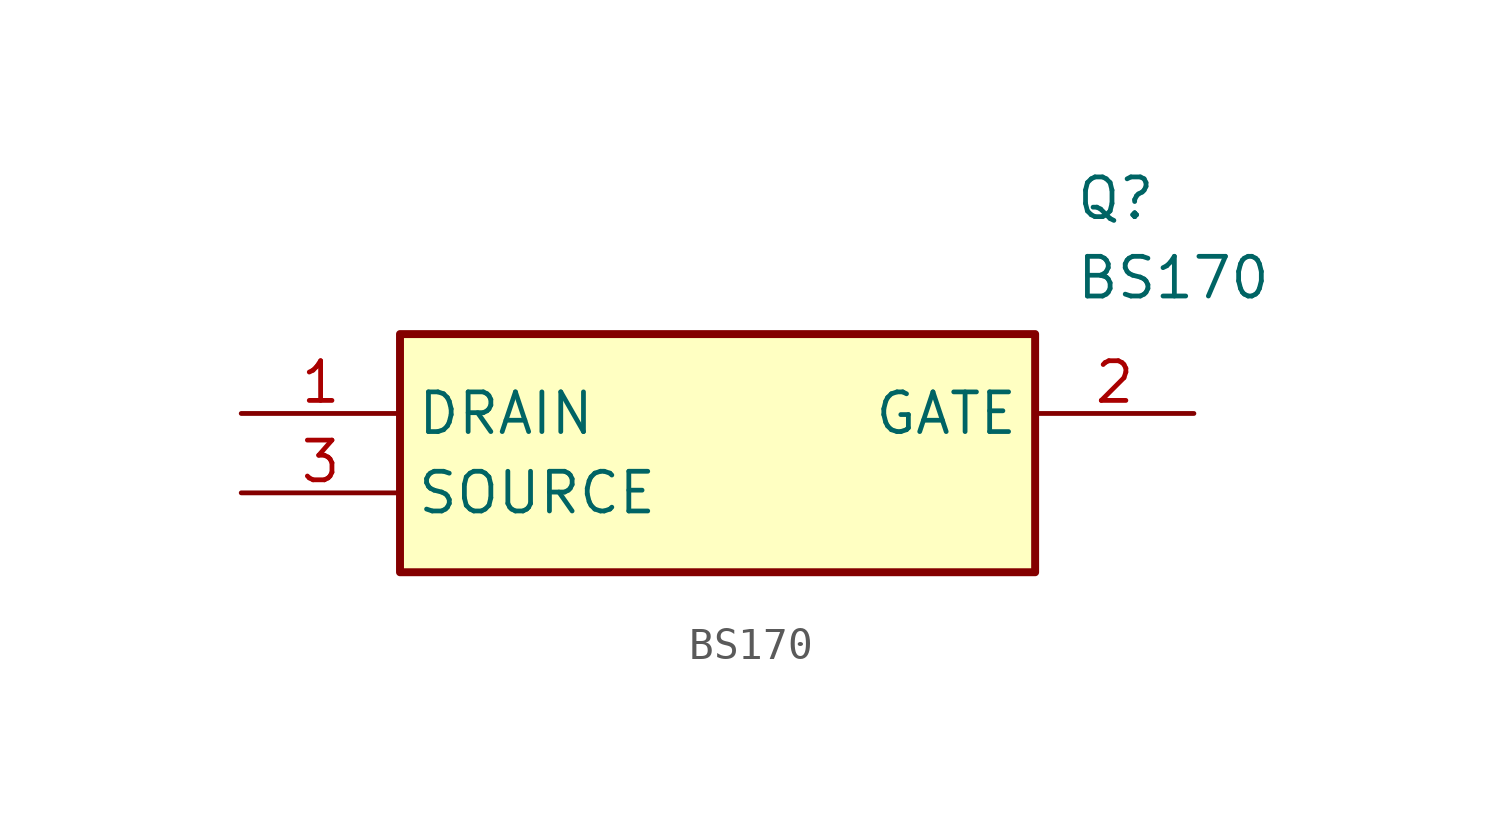
<source format=kicad_sym>
(kicad_symbol_lib
  (version 20211014)
  (generator SamacSys_ECAD_Model)
  (symbol "BS170"
    (property "Reference" "Q"
      (at 26.67 7.62 0)
      (effects (font (size 1.27 1.27)) (justify left top)))
    (property "Value" "BS170"
      (at 26.67 5.08 0)
      (effects (font (size 1.27 1.27)) (justify left top)))
    (rectangle
      (start 5.08 2.54)
      (end 25.4 -5.08)
      (stroke (width 0.254) (type default))
      (fill (type background)))
    (pin passive line
      (at 0 0 0)
      (length 5.08)
      (name "DRAIN" (effects (font (size 1.27 1.27))))
      (number "1" (effects (font (size 1.27 1.27)))))
    (pin passive line
      (at 30.48 0 180)
      (length 5.08)
      (name "GATE" (effects (font (size 1.27 1.27))))
      (number "2" (effects (font (size 1.27 1.27)))))
    (pin passive line
      (at 0 -2.54 0)
      (length 5.08)
      (name "SOURCE" (effects (font (size 1.27 1.27))))
      (number "3" (effects (font (size 1.27 1.27)))))))
</source>
